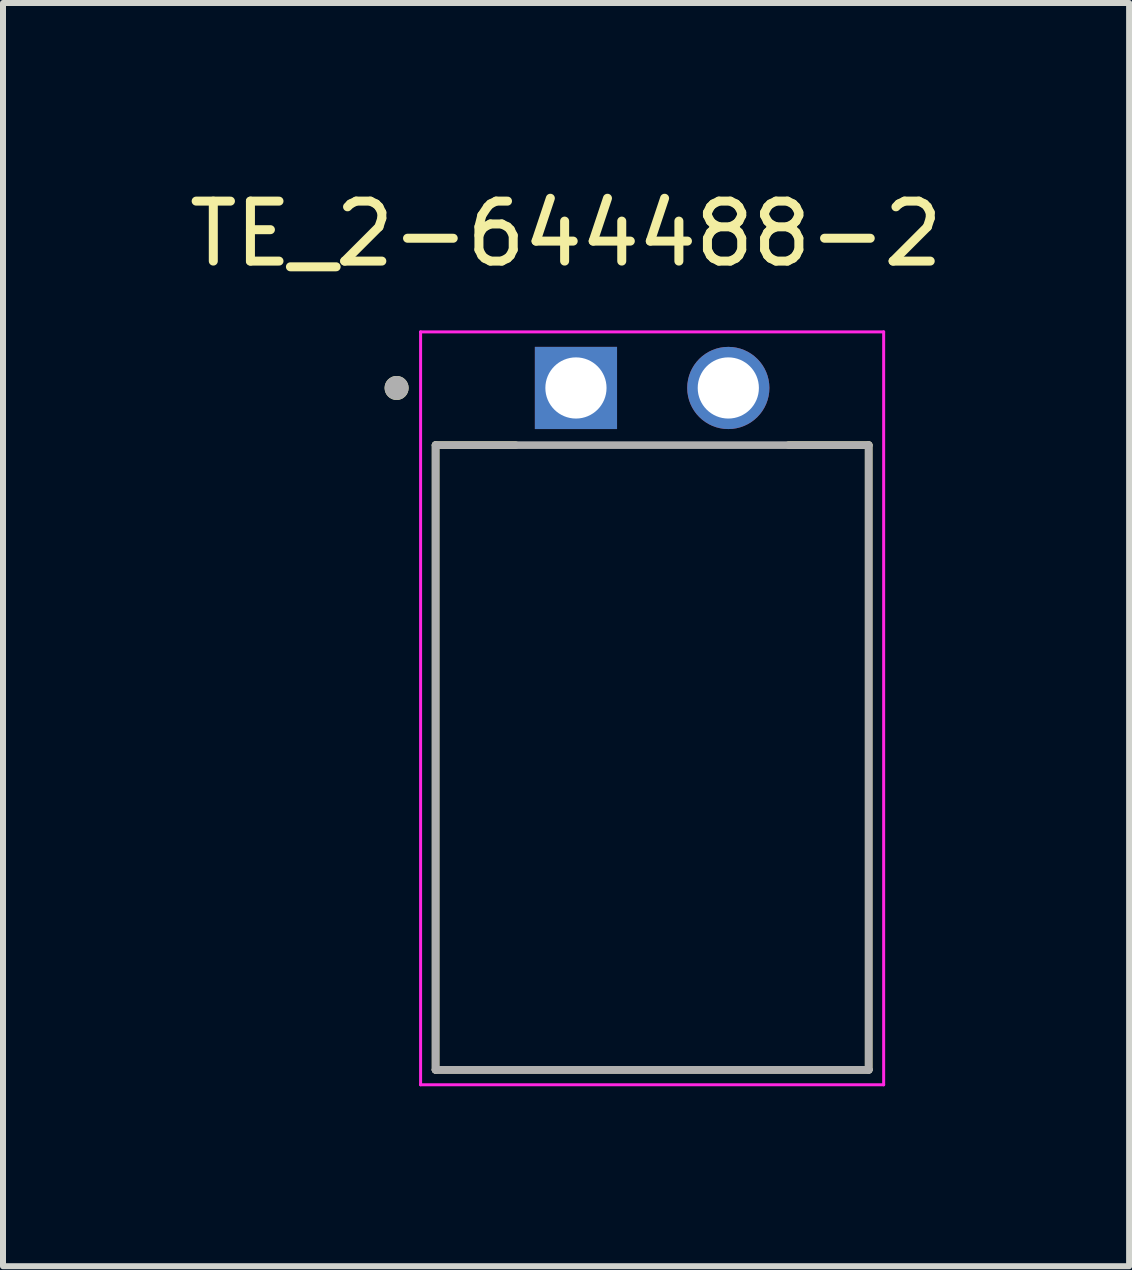
<source format=kicad_pcb>
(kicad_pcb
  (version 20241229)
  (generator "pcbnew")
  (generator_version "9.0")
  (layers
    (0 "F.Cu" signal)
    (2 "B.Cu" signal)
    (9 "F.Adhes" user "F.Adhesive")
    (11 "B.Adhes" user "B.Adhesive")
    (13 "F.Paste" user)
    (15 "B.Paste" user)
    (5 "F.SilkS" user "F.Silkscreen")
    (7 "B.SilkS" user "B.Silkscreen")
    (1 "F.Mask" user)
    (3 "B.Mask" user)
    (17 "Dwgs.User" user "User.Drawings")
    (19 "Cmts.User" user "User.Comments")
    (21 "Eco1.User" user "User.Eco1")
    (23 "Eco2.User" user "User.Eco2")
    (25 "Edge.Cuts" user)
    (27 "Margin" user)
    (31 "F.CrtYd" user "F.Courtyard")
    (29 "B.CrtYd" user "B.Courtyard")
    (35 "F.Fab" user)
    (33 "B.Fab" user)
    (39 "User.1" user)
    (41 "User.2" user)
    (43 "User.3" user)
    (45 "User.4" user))
  (footprint "TE_2-644488-2"
    (layer "F.Cu")
    (at 6.552 3.418)
    (property "Reference" "TE_2-644488-2" (at -0.165 -2.57 0) (layer "F.SilkS") (effects (font (size 1 1) (thickness 0.15))))
    (attr through_hole)
    (fp_line (start -2.34 0.953) (end -1.005 0.953) (stroke (width 0.127) (type solid)) (layer "F.SilkS"))
    (fp_line (start -2.34 11.367) (end -2.34 0.953) (stroke (width 0.127) (type solid)) (layer "F.SilkS"))
    (fp_line (start -2.34 11.367) (end 4.88 11.367) (stroke (width 0.127) (type solid)) (layer "F.SilkS"))
    (fp_line (start 3.545 0.953) (end 4.88 0.953) (stroke (width 0.127) (type solid)) (layer "F.SilkS"))
    (fp_line (start 4.88 0.953) (end 4.88 11.367) (stroke (width 0.127) (type solid)) (layer "F.SilkS"))
    (fp_circle (center -2.99 0) (end -2.89 0) (stroke (width 0.2) (type solid)) (fill no) (layer "F.SilkS"))
    (fp_line (start -2.59 -0.935) (end 5.13 -0.935) (stroke (width 0.05) (type solid)) (layer "F.CrtYd"))
    (fp_line (start -2.59 11.617) (end -2.59 -0.935) (stroke (width 0.05) (type solid)) (layer "F.CrtYd"))
    (fp_line (start 5.13 -0.935) (end 5.13 11.617) (stroke (width 0.05) (type solid)) (layer "F.CrtYd"))
    (fp_line (start 5.13 11.617) (end -2.59 11.617) (stroke (width 0.05) (type solid)) (layer "F.CrtYd"))
    (fp_line (start -2.34 0.953) (end 4.88 0.953) (stroke (width 0.127) (type solid)) (layer "F.Fab"))
    (fp_line (start -2.34 11.367) (end -2.34 0.953) (stroke (width 0.127) (type solid)) (layer "F.Fab"))
    (fp_line (start -2.34 11.367) (end -2.34 11.367) (stroke (width 0.127) (type solid)) (layer "F.Fab"))
    (fp_line (start -2.34 11.367) (end 4.88 11.367) (stroke (width 0.127) (type solid)) (layer "F.Fab"))
    (fp_line (start 4.88 0.953) (end 4.88 11.367) (stroke (width 0.127) (type solid)) (layer "F.Fab"))
    (fp_line (start 4.88 11.367) (end -2.34 11.367) (stroke (width 0.127) (type solid)) (layer "F.Fab"))
    (fp_line (start 4.88 11.367) (end 4.88 11.367) (stroke (width 0.127) (type solid)) (layer "F.Fab"))
    (fp_circle (center -2.99 0) (end -2.89 0) (stroke (width 0.2) (type solid)) (fill no) (layer "F.Fab"))
    (pad "1" thru_hole rect (at 0 0) (size 1.37 1.37) (drill 1.02) (layers "*.Cu" "*.Mask"))
    (pad "2" thru_hole circle (at 2.54 0) (size 1.37 1.37) (drill 1.02) (layers "*.Cu" "*.Mask")))
  (gr_rect
    (start -3 -3)
    (end 15.774 18.06)
    (stroke (width 0.1) (type default))
    (fill no)
    (layer "Edge.Cuts")))
</source>
